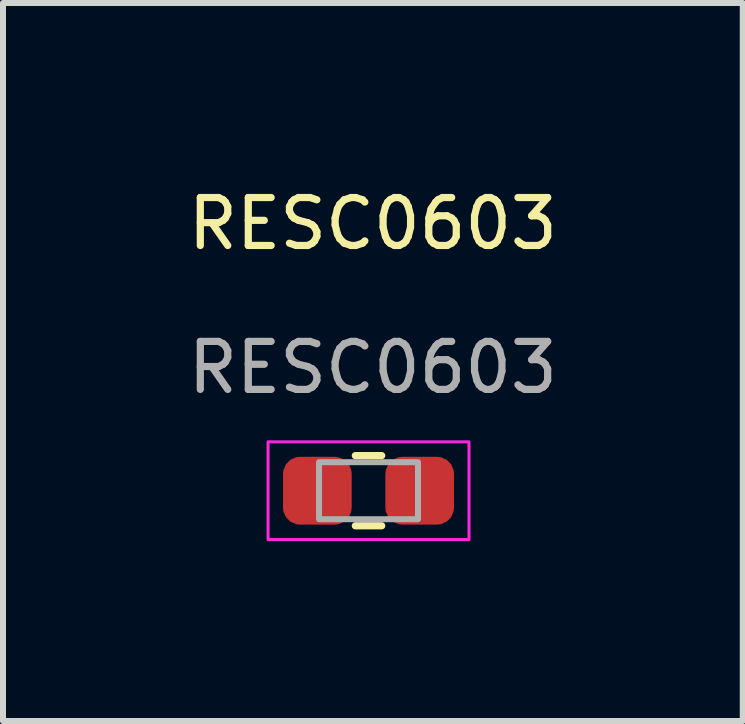
<source format=kicad_pcb>
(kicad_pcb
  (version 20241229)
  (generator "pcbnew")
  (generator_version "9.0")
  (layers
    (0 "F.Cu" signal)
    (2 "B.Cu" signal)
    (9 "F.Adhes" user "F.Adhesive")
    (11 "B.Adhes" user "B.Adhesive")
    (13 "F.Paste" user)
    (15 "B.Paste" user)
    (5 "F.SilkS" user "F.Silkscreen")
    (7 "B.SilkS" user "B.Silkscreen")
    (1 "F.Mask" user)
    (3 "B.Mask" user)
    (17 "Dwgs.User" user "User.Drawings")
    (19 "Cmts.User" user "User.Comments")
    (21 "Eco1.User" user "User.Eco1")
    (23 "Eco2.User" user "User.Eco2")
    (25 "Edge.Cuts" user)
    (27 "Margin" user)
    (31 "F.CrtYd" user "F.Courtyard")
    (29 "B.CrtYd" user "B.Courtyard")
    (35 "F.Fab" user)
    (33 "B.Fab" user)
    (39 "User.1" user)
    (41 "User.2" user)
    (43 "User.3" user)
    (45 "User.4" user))
  (footprint "RESC0603"
    (layer "F.Cu")
    (at 3.094 5.131)
    (property "Reference" "RESC0603" (at 0.072 -4.452 0) (unlocked yes) (layer "F.SilkS") (effects (font (size 0.8 0.8) (thickness 0.12))))
    (attr smd)
    (fp_line (start -0.22 0.585) (end 0.22 0.585) (stroke (width 0.12) (type default)) (layer "F.SilkS"))
    (fp_line (start 0.22 -0.585) (end -0.22 -0.585) (stroke (width 0.12) (type default)) (layer "F.SilkS"))
    (fp_rect (start -1.675 -0.815) (end 1.675 0.815) (stroke (width 0.05) (type default)) (fill no) (layer "F.CrtYd"))
    (fp_rect (start -0.825 -0.475) (end 0.825 0.475) (stroke (width 0.1) (type default)) (fill no) (layer "F.Fab"))
    (fp_text user "${REFERENCE}" (at 0.072 -2.053 0) (unlocked yes) (layer "F.Fab") (effects (font (size 0.8 0.8) (thickness 0.12))))
    (pad "1" smd roundrect (at -0.853 0) (size 1.145 1.13) (layers "F.Cu" "F.Mask" "F.Paste") (roundrect_rratio 0.25))
    (pad "2" smd roundrect (at 0.853 0) (size 1.145 1.13) (layers "F.Cu" "F.Mask" "F.Paste") (roundrect_rratio 0.25)))
  (gr_rect
    (start -3 -3)
    (end 9.333 8.971)
    (stroke (width 0.1) (type default))
    (fill no)
    (layer "Edge.Cuts")))
</source>
